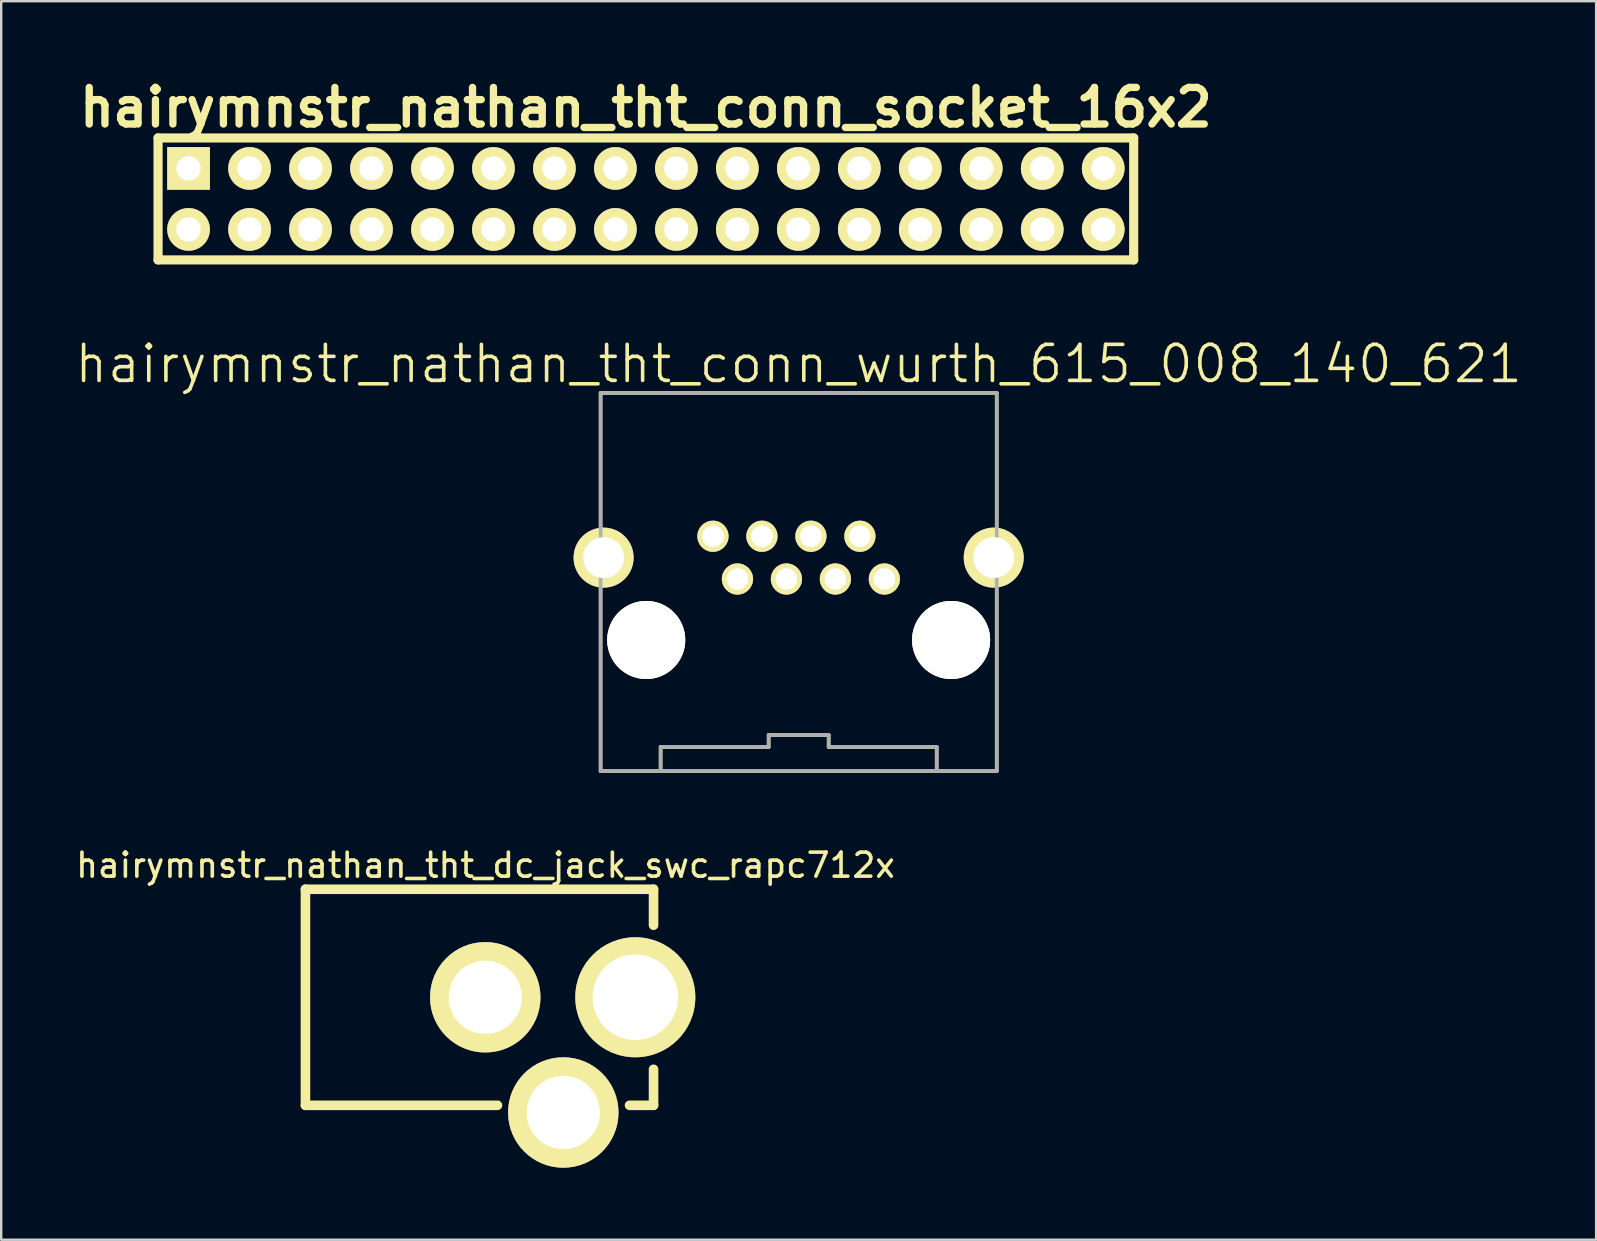
<source format=kicad_pcb>
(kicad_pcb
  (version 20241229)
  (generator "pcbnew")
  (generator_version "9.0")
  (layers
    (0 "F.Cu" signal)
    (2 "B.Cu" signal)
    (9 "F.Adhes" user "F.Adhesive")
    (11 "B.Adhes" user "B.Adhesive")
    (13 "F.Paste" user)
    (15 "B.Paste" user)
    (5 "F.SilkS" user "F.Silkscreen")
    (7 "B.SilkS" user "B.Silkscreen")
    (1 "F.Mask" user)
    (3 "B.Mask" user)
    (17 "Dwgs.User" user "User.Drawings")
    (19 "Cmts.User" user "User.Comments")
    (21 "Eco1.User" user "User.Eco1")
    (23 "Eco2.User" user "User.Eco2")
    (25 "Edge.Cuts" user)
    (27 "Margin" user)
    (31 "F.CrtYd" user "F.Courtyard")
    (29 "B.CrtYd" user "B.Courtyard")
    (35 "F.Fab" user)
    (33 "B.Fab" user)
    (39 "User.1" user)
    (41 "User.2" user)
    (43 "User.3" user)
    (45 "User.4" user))
  (footprint "hairymnstr_nathan_tht_dc_jack_swc_rapc712x"
    (layer "F.Cu")
    (at 9.673 38.491)
    (property "Reference" "hairymnstr_nathan_tht_dc_jack_swc_rapc712x" (at 7.5 -5.5 0) (layer "F.SilkS") (effects (font (size 1 1) (thickness 0.15))))
    (attr through_hole)
    (fp_line (start 0 -4.5) (end 0 4.5) (stroke (width 0.4) (type solid)) (layer "F.SilkS"))
    (fp_line (start 0 -4.5) (end 14.5 -4.5) (stroke (width 0.4) (type solid)) (layer "F.SilkS"))
    (fp_line (start 0 4.5) (end 8 4.5) (stroke (width 0.4) (type solid)) (layer "F.SilkS"))
    (fp_line (start 14.5 -4.5) (end 14.5 -3) (stroke (width 0.4) (type solid)) (layer "F.SilkS"))
    (fp_line (start 14.5 3) (end 14.5 4.5) (stroke (width 0.4) (type solid)) (layer "F.SilkS"))
    (fp_line (start 14.5 4.5) (end 13.5 4.5) (stroke (width 0.4) (type solid)) (layer "F.SilkS"))
    (pad "1" thru_hole circle (at 13.74 0) (size 5 5) (drill 3.56) (layers "*.Cu" "*.Mask" "F.SilkS"))
    (pad "2" thru_hole circle (at 7.49 0) (size 4.6 4.6) (drill 3.05) (layers "*.Cu" "*.Mask" "F.SilkS"))
    (pad "3" thru_hole circle (at 10.74 4.8) (size 4.6 4.6) (drill 3.05) (layers "*.Cu" "*.Mask" "F.SilkS")))
  (footprint "hairymnstr_nathan_tht_conn_wurth_615_008_140_621"
    (layer "F.Cu")
    (at 30.218 23.608)
    (property "Reference" "hairymnstr_nathan_tht_conn_wurth_615_008_140_621" (at 0 -11.5 0) (layer "F.SilkS") (effects (font (size 1.5 1.5) (thickness 0.15))))
    (attr through_hole)
    (fp_line (start -8.25 -10.29) (end 8.25 -10.29) (stroke (width 0.15) (type solid)) (layer "F.SilkS"))
    (fp_line (start -8.25 5.46) (end -8.25 -10.29) (stroke (width 0.15) (type solid)) (layer "F.SilkS"))
    (fp_line (start -5.75 4.46) (end -1.25 4.46) (stroke (width 0.15) (type solid)) (layer "F.SilkS"))
    (fp_line (start -5.75 5.46) (end -5.75 4.46) (stroke (width 0.15) (type solid)) (layer "F.SilkS"))
    (fp_line (start -1.25 3.96) (end 1.25 3.96) (stroke (width 0.15) (type solid)) (layer "F.SilkS"))
    (fp_line (start -1.25 4.46) (end -1.25 3.96) (stroke (width 0.15) (type solid)) (layer "F.SilkS"))
    (fp_line (start 1.25 3.96) (end 1.25 4.46) (stroke (width 0.15) (type solid)) (layer "F.SilkS"))
    (fp_line (start 1.25 4.46) (end 5.75 4.46) (stroke (width 0.15) (type solid)) (layer "F.SilkS"))
    (fp_line (start 5.75 4.46) (end 5.75 5.46) (stroke (width 0.15) (type solid)) (layer "F.SilkS"))
    (fp_line (start 8.25 -10.29) (end 8.25 5.46) (stroke (width 0.15) (type solid)) (layer "F.SilkS"))
    (fp_line (start 8.25 5.46) (end -8.25 5.46) (stroke (width 0.15) (type solid)) (layer "F.SilkS"))
    (fp_line (start -8.25 -10.29) (end 8.25 -10.29) (stroke (width 0.15) (type solid)) (layer "F.Fab"))
    (fp_line (start -8.25 5.46) (end -8.25 -10.29) (stroke (width 0.15) (type solid)) (layer "F.Fab"))
    (fp_line (start -5.75 4.46) (end -1.25 4.46) (stroke (width 0.15) (type solid)) (layer "F.Fab"))
    (fp_line (start -5.75 5.46) (end -5.75 4.46) (stroke (width 0.15) (type solid)) (layer "F.Fab"))
    (fp_line (start -1.25 3.96) (end 1.25 3.96) (stroke (width 0.15) (type solid)) (layer "F.Fab"))
    (fp_line (start -1.25 4.46) (end -1.25 3.96) (stroke (width 0.15) (type solid)) (layer "F.Fab"))
    (fp_line (start 1.25 3.96) (end 1.25 4.46) (stroke (width 0.15) (type solid)) (layer "F.Fab"))
    (fp_line (start 1.25 4.46) (end 5.75 4.46) (stroke (width 0.15) (type solid)) (layer "F.Fab"))
    (fp_line (start 5.75 4.46) (end 5.75 5.46) (stroke (width 0.15) (type solid)) (layer "F.Fab"))
    (fp_line (start 8.25 -10.29) (end 8.25 5.46) (stroke (width 0.15) (type solid)) (layer "F.Fab"))
    (fp_line (start 8.25 5.46) (end -8.25 5.46) (stroke (width 0.15) (type solid)) (layer "F.Fab"))
    (pad "" thru_hole circle (at -6.35 0) (size 3.25 3.25) (drill 3.25) (layers "*.Cu" "*.Mask" "F.SilkS"))
    (pad "" thru_hole circle (at 6.35 0) (size 3.25 3.25) (drill 3.25) (layers "*.Cu" "*.Mask" "F.SilkS"))
    (pad "1" thru_hole circle (at 3.57 -2.54) (size 1.3 1.3) (drill 0.9) (layers "*.Cu" "*.Mask" "F.SilkS"))
    (pad "2" thru_hole circle (at 2.55 -4.32) (size 1.3 1.3) (drill 0.9) (layers "*.Cu" "*.Mask" "F.SilkS"))
    (pad "3" thru_hole circle (at 1.53 -2.54) (size 1.3 1.3) (drill 0.9) (layers "*.Cu" "*.Mask" "F.SilkS"))
    (pad "4" thru_hole circle (at 0.51 -4.32) (size 1.3 1.3) (drill 0.9) (layers "*.Cu" "*.Mask" "F.SilkS"))
    (pad "5" thru_hole circle (at -0.51 -2.54) (size 1.3 1.3) (drill 0.9) (layers "*.Cu" "*.Mask" "F.SilkS"))
    (pad "6" thru_hole circle (at -1.53 -4.32) (size 1.3 1.3) (drill 0.9) (layers "*.Cu" "*.Mask" "F.SilkS"))
    (pad "7" thru_hole circle (at -2.55 -2.54) (size 1.3 1.3) (drill 0.9) (layers "*.Cu" "*.Mask" "F.SilkS"))
    (pad "8" thru_hole circle (at -3.57 -4.32) (size 1.3 1.3) (drill 0.9) (layers "*.Cu" "*.Mask" "F.SilkS"))
    (pad "9" thru_hole circle (at -8.125 -3.43) (size 2.5 2.5) (drill 1.7) (layers "*.Cu" "*.Mask" "F.SilkS"))
    (pad "9" thru_hole circle (at 8.125 -3.43) (size 2.5 2.5) (drill 1.7) (layers "*.Cu" "*.Mask" "F.SilkS")))
  (footprint "hairymnstr_nathan_tht_conn_socket_16x2"
    (layer "F.Cu")
    (at 23.854 5.236)
    (property "Reference" "hairymnstr_nathan_tht_conn_socket_16x2" (at 0 -3.81 0) (layer "F.SilkS") (effects (font (size 1.524 1.524) (thickness 0.305))))
    (attr through_hole)
    (fp_line (start -20.32 -2.54) (end 20.32 -2.54) (stroke (width 0.381) (type solid)) (layer "F.SilkS"))
    (fp_line (start -20.32 2.54) (end -20.32 -2.54) (stroke (width 0.381) (type solid)) (layer "F.SilkS"))
    (fp_line (start 20.32 -2.54) (end 20.32 2.54) (stroke (width 0.381) (type solid)) (layer "F.SilkS"))
    (fp_line (start 20.32 2.54) (end -20.32 2.54) (stroke (width 0.381) (type solid)) (layer "F.SilkS"))
    (pad "1" thru_hole rect (at -19.05 -1.27) (size 1.778 1.778) (drill 1.016) (layers "*.Cu" "*.Mask" "F.SilkS"))
    (pad "2" thru_hole circle (at -19.05 1.27) (size 1.778 1.778) (drill 1.016) (layers "*.Cu" "*.Mask" "F.SilkS"))
    (pad "3" thru_hole circle (at -16.51 -1.27) (size 1.778 1.778) (drill 1.016) (layers "*.Cu" "*.Mask" "F.SilkS"))
    (pad "4" thru_hole circle (at -16.51 1.27) (size 1.778 1.778) (drill 1.016) (layers "*.Cu" "*.Mask" "F.SilkS"))
    (pad "5" thru_hole circle (at -13.97 -1.27) (size 1.778 1.778) (drill 1.016) (layers "*.Cu" "*.Mask" "F.SilkS"))
    (pad "6" thru_hole circle (at -13.97 1.27) (size 1.778 1.778) (drill 1.016) (layers "*.Cu" "*.Mask" "F.SilkS"))
    (pad "7" thru_hole circle (at -11.43 -1.27) (size 1.778 1.778) (drill 1.016) (layers "*.Cu" "*.Mask" "F.SilkS"))
    (pad "8" thru_hole circle (at -11.43 1.27) (size 1.778 1.778) (drill 1.016) (layers "*.Cu" "*.Mask" "F.SilkS"))
    (pad "9" thru_hole circle (at -8.89 -1.27) (size 1.778 1.778) (drill 1.016) (layers "*.Cu" "*.Mask" "F.SilkS"))
    (pad "10" thru_hole circle (at -8.89 1.27) (size 1.778 1.778) (drill 1.016) (layers "*.Cu" "*.Mask" "F.SilkS"))
    (pad "11" thru_hole circle (at -6.35 -1.27) (size 1.778 1.778) (drill 1.016) (layers "*.Cu" "*.Mask" "F.SilkS"))
    (pad "12" thru_hole circle (at -6.35 1.27) (size 1.778 1.778) (drill 1.016) (layers "*.Cu" "*.Mask" "F.SilkS"))
    (pad "13" thru_hole circle (at -3.81 -1.27) (size 1.778 1.778) (drill 1.016) (layers "*.Cu" "*.Mask" "F.SilkS"))
    (pad "14" thru_hole circle (at -3.81 1.27) (size 1.778 1.778) (drill 1.016) (layers "*.Cu" "*.Mask" "F.SilkS"))
    (pad "15" thru_hole circle (at -1.27 -1.27) (size 1.778 1.778) (drill 1.016) (layers "*.Cu" "*.Mask" "F.SilkS"))
    (pad "16" thru_hole circle (at -1.27 1.27) (size 1.778 1.778) (drill 1.016) (layers "*.Cu" "*.Mask" "F.SilkS"))
    (pad "17" thru_hole circle (at 1.27 -1.27) (size 1.778 1.778) (drill 1.016) (layers "*.Cu" "*.Mask" "F.SilkS"))
    (pad "18" thru_hole circle (at 1.27 1.27) (size 1.778 1.778) (drill 1.016) (layers "*.Cu" "*.Mask" "F.SilkS"))
    (pad "19" thru_hole circle (at 3.81 -1.27) (size 1.778 1.778) (drill 1.016) (layers "*.Cu" "*.Mask" "F.SilkS"))
    (pad "20" thru_hole circle (at 3.81 1.27) (size 1.778 1.778) (drill 1.016) (layers "*.Cu" "*.Mask" "F.SilkS"))
    (pad "21" thru_hole circle (at 6.35 -1.27) (size 1.778 1.778) (drill 1.016) (layers "*.Cu" "*.Mask" "F.SilkS"))
    (pad "22" thru_hole circle (at 6.35 1.27) (size 1.778 1.778) (drill 1.016) (layers "*.Cu" "*.Mask" "F.SilkS"))
    (pad "23" thru_hole circle (at 8.89 -1.27) (size 1.778 1.778) (drill 1.016) (layers "*.Cu" "*.Mask" "F.SilkS"))
    (pad "24" thru_hole circle (at 8.89 1.27) (size 1.778 1.778) (drill 1.016) (layers "*.Cu" "*.Mask" "F.SilkS"))
    (pad "25" thru_hole circle (at 11.43 -1.27) (size 1.778 1.778) (drill 1.016) (layers "*.Cu" "*.Mask" "F.SilkS"))
    (pad "26" thru_hole circle (at 11.43 1.27) (size 1.778 1.778) (drill 1.016) (layers "*.Cu" "*.Mask" "F.SilkS"))
    (pad "27" thru_hole circle (at 13.97 -1.27) (size 1.778 1.778) (drill 1.016) (layers "*.Cu" "*.Mask" "F.SilkS"))
    (pad "28" thru_hole circle (at 13.97 1.27) (size 1.778 1.778) (drill 1.016) (layers "*.Cu" "*.Mask" "F.SilkS"))
    (pad "29" thru_hole circle (at 16.51 -1.27) (size 1.778 1.778) (drill 1.016) (layers "*.Cu" "*.Mask" "F.SilkS"))
    (pad "30" thru_hole circle (at 16.51 1.27) (size 1.778 1.778) (drill 1.016) (layers "*.Cu" "*.Mask" "F.SilkS"))
    (pad "31" thru_hole circle (at 19.05 -1.27) (size 1.778 1.778) (drill 1.016) (layers "*.Cu" "*.Mask" "F.SilkS"))
    (pad "32" thru_hole circle (at 19.05 1.27) (size 1.778 1.778) (drill 1.016) (layers "*.Cu" "*.Mask" "F.SilkS")))
  (gr_rect
    (start -3 -3)
    (end 63.436 48.591)
    (stroke (width 0.1) (type default))
    (fill no)
    (layer "Edge.Cuts")))
</source>
